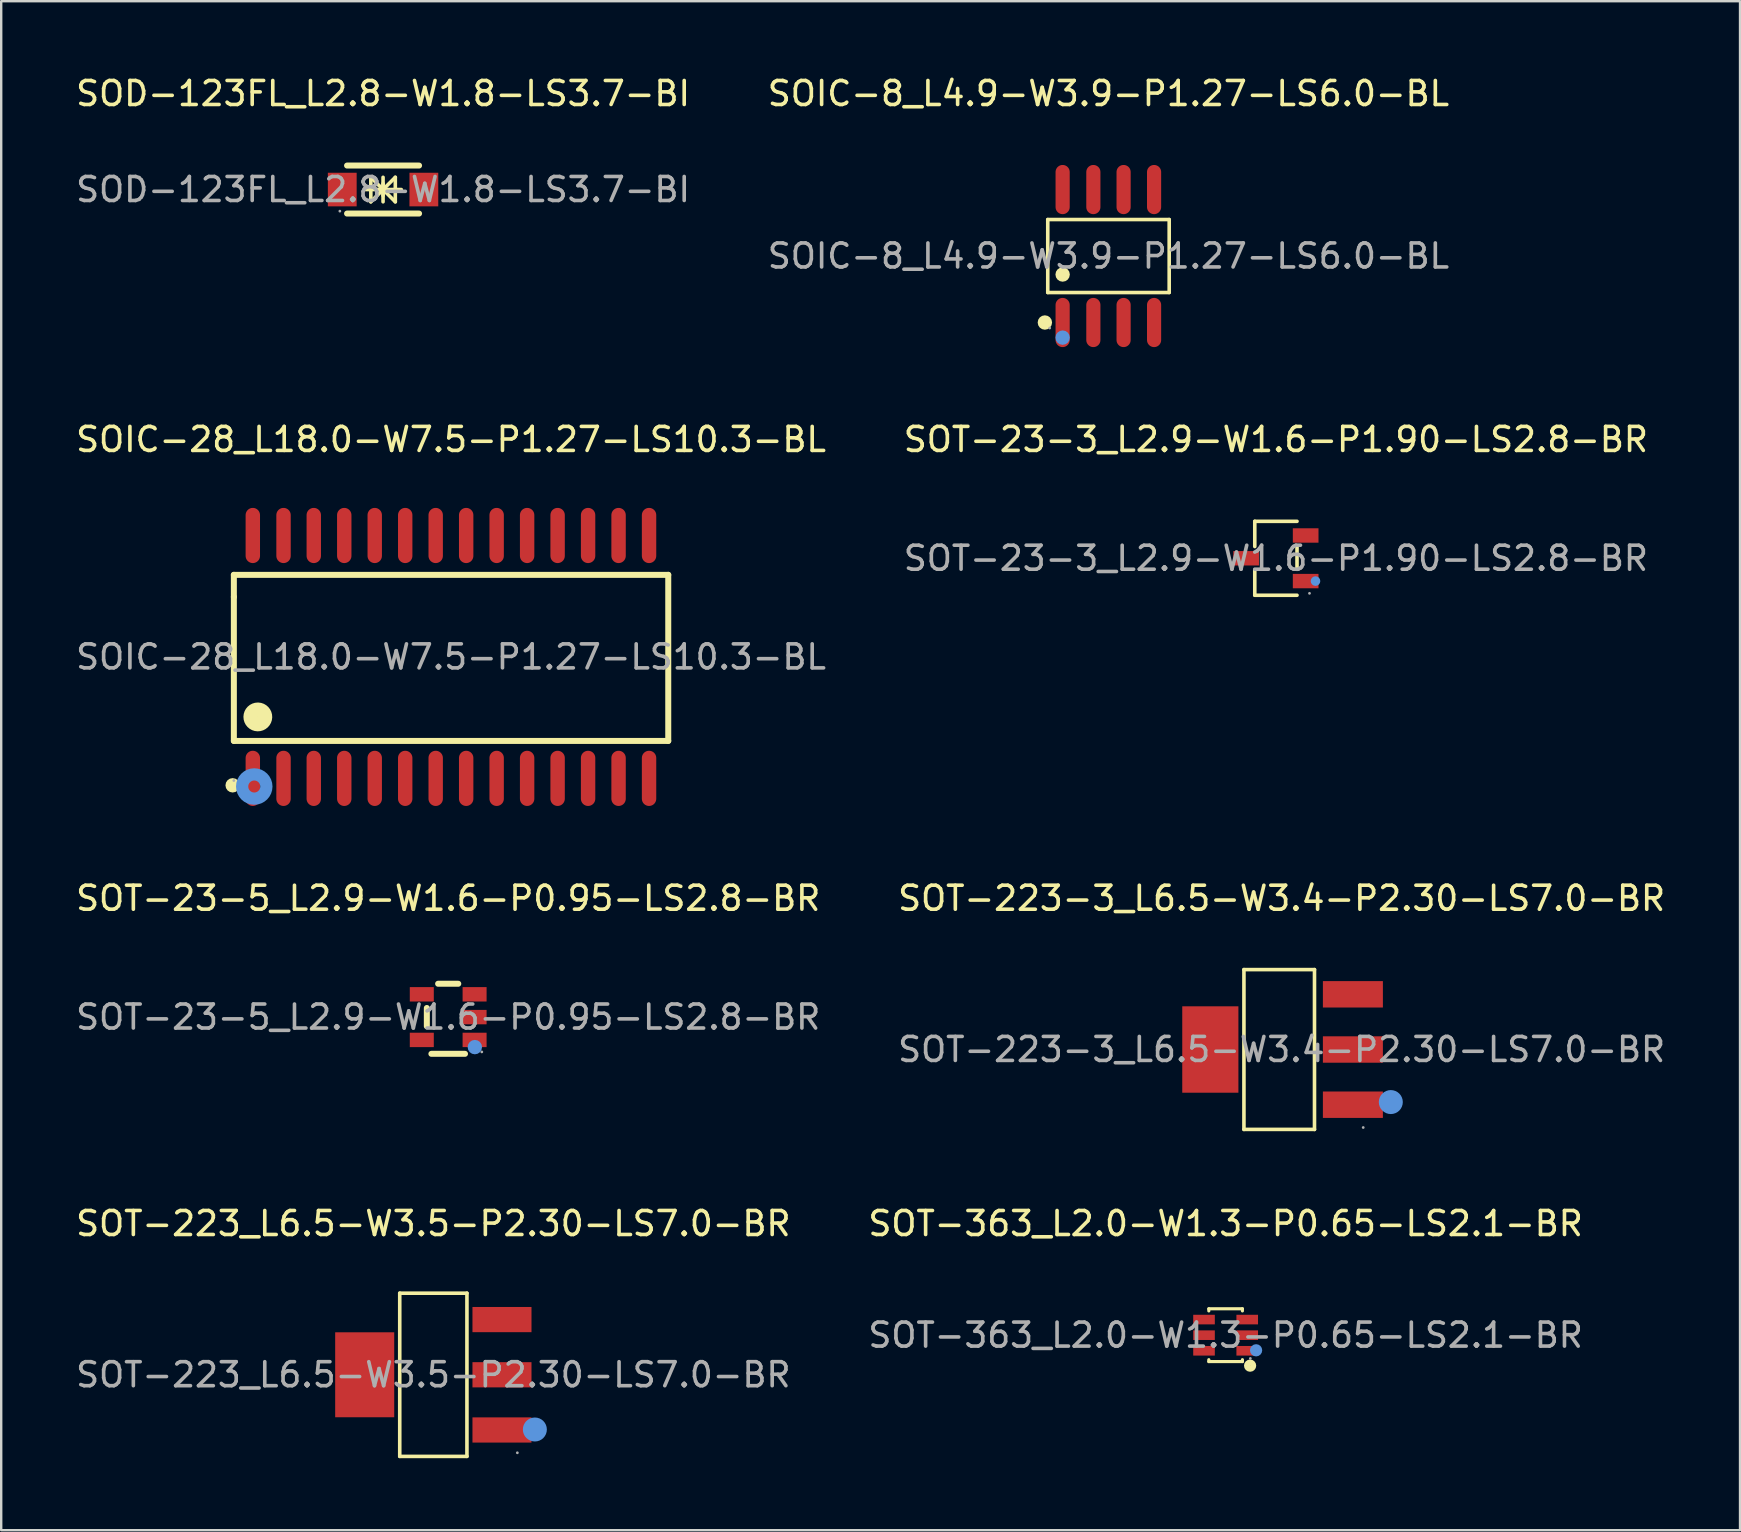
<source format=kicad_pcb>
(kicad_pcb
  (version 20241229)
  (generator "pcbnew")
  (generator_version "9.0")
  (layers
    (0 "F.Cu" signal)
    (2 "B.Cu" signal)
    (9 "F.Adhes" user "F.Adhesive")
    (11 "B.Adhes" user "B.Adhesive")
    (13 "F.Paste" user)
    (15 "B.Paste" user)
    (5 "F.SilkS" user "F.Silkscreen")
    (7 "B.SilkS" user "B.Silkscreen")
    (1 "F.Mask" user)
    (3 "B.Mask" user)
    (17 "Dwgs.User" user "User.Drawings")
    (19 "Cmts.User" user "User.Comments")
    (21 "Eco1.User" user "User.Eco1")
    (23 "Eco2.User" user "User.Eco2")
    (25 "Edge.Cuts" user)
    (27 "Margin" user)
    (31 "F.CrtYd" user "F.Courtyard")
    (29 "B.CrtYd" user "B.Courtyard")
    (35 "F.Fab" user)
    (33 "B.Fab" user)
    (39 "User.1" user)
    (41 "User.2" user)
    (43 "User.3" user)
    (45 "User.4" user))
  (footprint "SOT-363_L2.0-W1.3-P0.65-LS2.1-BR"
    (layer "F.Cu")
    (at 48.018 52.583)
    (property "Reference" "SOT-363_L2.0-W1.3-P0.65-LS2.1-BR" (at 0 -4.65 0) (layer "F.SilkS") (effects (font (size 1 1) (thickness 0.15))))
    (attr smd)
    (fp_line (start -0.7 -1.01) (end -0.7 -1.1) (stroke (width 0.13) (type solid)) (layer "F.SilkS"))
    (fp_line (start -0.7 1.1) (end -0.7 1.02) (stroke (width 0.13) (type solid)) (layer "F.SilkS"))
    (fp_line (start 0.7 -1.1) (end -0.7 -1.1) (stroke (width 0.13) (type solid)) (layer "F.SilkS"))
    (fp_line (start 0.7 -1.01) (end 0.7 -1.1) (stroke (width 0.13) (type solid)) (layer "F.SilkS"))
    (fp_line (start 0.7 1.1) (end -0.7 1.1) (stroke (width 0.13) (type solid)) (layer "F.SilkS"))
    (fp_line (start 0.7 1.1) (end 0.7 1.02) (stroke (width 0.13) (type solid)) (layer "F.SilkS"))
    (fp_circle (center 1.02 1.27) (end 1.15 1.27) (stroke (width 0.25) (type solid)) (fill no) (layer "F.SilkS"))
    (fp_circle (center 1.27 0.63) (end 1.4 0.63) (stroke (width 0.25) (type solid)) (fill no) (layer "Cmts.User"))
    (fp_circle (center 1.03 0.97) (end 1.06 0.97) (stroke (width 0.06) (type solid)) (fill no) (layer "F.Fab"))
    (fp_text user "${REFERENCE}" (at 0 0 0) (layer "F.Fab") (effects (font (size 1 1) (thickness 0.15))))
    (pad "1" smd rect (at 0.9 0.65 90) (size 0.4 0.9) (layers "F.Cu" "F.Mask" "F.Paste"))
    (pad "2" smd rect (at 0.9 0 90) (size 0.4 0.9) (layers "F.Cu" "F.Mask" "F.Paste"))
    (pad "3" smd rect (at 0.9 -0.65 90) (size 0.4 0.9) (layers "F.Cu" "F.Mask" "F.Paste"))
    (pad "4" smd rect (at -0.9 -0.65 90) (size 0.4 0.9) (layers "F.Cu" "F.Mask" "F.Paste"))
    (pad "5" smd rect (at -0.9 0 90) (size 0.4 0.9) (layers "F.Cu" "F.Mask" "F.Paste"))
    (pad "6" smd rect (at -0.9 0.65 90) (size 0.4 0.9) (layers "F.Cu" "F.Mask" "F.Paste")))
  (footprint "SOT-223-3_L6.5-W3.4-P2.30-LS7.0-BR"
    (layer "F.Cu")
    (at 50.351 40.68)
    (property "Reference" "SOT-223-3_L6.5-W3.4-P2.30-LS7.0-BR" (at 0 -6.3 0) (layer "F.SilkS") (effects (font (size 1 1) (thickness 0.15))))
    (attr smd)
    (fp_line (start -1.57 -3.33) (end 1.37 -3.33) (stroke (width 0.15) (type solid)) (layer "F.SilkS"))
    (fp_line (start -1.57 3.33) (end -1.57 -3.33) (stroke (width 0.15) (type solid)) (layer "F.SilkS"))
    (fp_line (start 1.37 -3.33) (end 1.37 3.33) (stroke (width 0.15) (type solid)) (layer "F.SilkS"))
    (fp_line (start 1.37 3.33) (end -1.57 3.33) (stroke (width 0.15) (type solid)) (layer "F.SilkS"))
    (fp_circle (center 4.55 2.19) (end 4.8 2.19) (stroke (width 0.5) (type solid)) (fill no) (layer "Cmts.User"))
    (fp_circle (center 3.4 3.25) (end 3.43 3.25) (stroke (width 0.06) (type solid)) (fill no) (layer "F.Fab"))
    (fp_text user "${REFERENCE}" (at 0 0 0) (layer "F.Fab") (effects (font (size 1 1) (thickness 0.15))))
    (pad "1" smd rect (at 2.97 2.3) (size 2.5 1.1) (layers "F.Cu" "F.Mask" "F.Paste"))
    (pad "2" smd rect (at 2.97 0) (size 2.5 1.1) (layers "F.Cu" "F.Mask" "F.Paste"))
    (pad "3" smd rect (at 2.97 -2.3) (size 2.5 1.1) (layers "F.Cu" "F.Mask" "F.Paste"))
    (pad "4" smd rect (at -2.97 0) (size 2.34 3.6) (layers "F.Cu" "F.Mask" "F.Paste")))
  (footprint "SOD-123FL_L2.8-W1.8-LS3.7-BI"
    (layer "F.Cu")
    (at 12.911 4.848)
    (property "Reference" "SOD-123FL_L2.8-W1.8-LS3.7-BI" (at 0 -4 0) (layer "F.SilkS") (effects (font (size 1 1) (thickness 0.15))))
    (attr smd)
    (fp_line (start -1.5 -1) (end 1.5 -1) (stroke (width 0.25) (type solid)) (layer "F.SilkS"))
    (fp_line (start -1.5 1) (end 1.5 1) (stroke (width 0.25) (type solid)) (layer "F.SilkS"))
    (fp_line (start -0.76 0) (end 0.76 0) (stroke (width 0.15) (type solid)) (layer "F.SilkS"))
    (fp_line (start -0.51 -0.51) (end -0.51 0.51) (stroke (width 0.15) (type solid)) (layer "F.SilkS"))
    (fp_line (start 0 -0.51) (end 0 0.51) (stroke (width 0.15) (type solid)) (layer "F.SilkS"))
    (fp_line (start 0 0) (end -0.51 -0.51) (stroke (width 0.15) (type solid)) (layer "F.SilkS"))
    (fp_line (start 0 0) (end -0.51 0.51) (stroke (width 0.15) (type solid)) (layer "F.SilkS"))
    (fp_line (start 0 0) (end 0.51 -0.51) (stroke (width 0.15) (type solid)) (layer "F.SilkS"))
    (fp_line (start 0 0) (end 0.51 0.51) (stroke (width 0.15) (type solid)) (layer "F.SilkS"))
    (fp_line (start 0 0.25) (end 0 -0.25) (stroke (width 0.15) (type solid)) (layer "F.SilkS"))
    (fp_line (start 0.51 0.51) (end 0.51 -0.51) (stroke (width 0.15) (type solid)) (layer "F.SilkS"))
    (fp_circle (center -1.8 0.9) (end -1.77 0.9) (stroke (width 0.06) (type solid)) (fill no) (layer "F.Fab"))
    (fp_text user "${REFERENCE}" (at 0 0 0) (layer "F.Fab") (effects (font (size 1 1) (thickness 0.15))))
    (pad "1" smd rect (at -1.7 0) (size 1.2 1.4) (layers "F.Cu" "F.Mask" "F.Paste"))
    (pad "2" smd rect (at 1.7 0) (size 1.2 1.4) (layers "F.Cu" "F.Mask" "F.Paste")))
  (footprint "SOIC-8_L4.9-W3.9-P1.27-LS6.0-BL"
    (layer "F.Cu")
    (at 43.137 7.618)
    (property "Reference" "SOIC-8_L4.9-W3.9-P1.27-LS6.0-BL" (at 0 -6.77 0) (layer "F.SilkS") (effects (font (size 1 1) (thickness 0.15))))
    (attr smd)
    (fp_line (start -2.53 -1.52) (end 2.53 -1.52) (stroke (width 0.15) (type solid)) (layer "F.SilkS"))
    (fp_line (start -2.53 1.52) (end -2.53 -1.52) (stroke (width 0.15) (type solid)) (layer "F.SilkS"))
    (fp_line (start 2.53 -1.52) (end 2.53 1.52) (stroke (width 0.15) (type solid)) (layer "F.SilkS"))
    (fp_line (start 2.53 1.52) (end -2.53 1.52) (stroke (width 0.15) (type solid)) (layer "F.SilkS"))
    (fp_circle (center -2.65 2.77) (end -2.5 2.77) (stroke (width 0.3) (type solid)) (fill no) (layer "F.SilkS"))
    (fp_circle (center -1.91 0.77) (end -1.76 0.77) (stroke (width 0.3) (type solid)) (fill no) (layer "F.SilkS"))
    (fp_circle (center -1.91 3.4) (end -1.76 3.4) (stroke (width 0.3) (type solid)) (fill no) (layer "Cmts.User"))
    (fp_circle (center -2.45 3) (end -2.42 3) (stroke (width 0.06) (type solid)) (fill no) (layer "F.Fab"))
    (fp_text user "${REFERENCE}" (at 0 0 0) (layer "F.Fab") (effects (font (size 1 1) (thickness 0.15))))
    (pad "1" smd oval (at -1.91 2.77) (size 0.59 2.05) (layers "F.Cu" "F.Mask" "F.Paste"))
    (pad "2" smd oval (at -0.63 2.77) (size 0.59 2.05) (layers "F.Cu" "F.Mask" "F.Paste"))
    (pad "3" smd oval (at 0.63 2.77) (size 0.59 2.05) (layers "F.Cu" "F.Mask" "F.Paste"))
    (pad "4" smd oval (at 1.9 2.77) (size 0.59 2.05) (layers "F.Cu" "F.Mask" "F.Paste"))
    (pad "5" smd oval (at 1.9 -2.77) (size 0.59 2.05) (layers "F.Cu" "F.Mask" "F.Paste"))
    (pad "6" smd oval (at 0.63 -2.77) (size 0.59 2.05) (layers "F.Cu" "F.Mask" "F.Paste"))
    (pad "7" smd oval (at -0.63 -2.77) (size 0.59 2.05) (layers "F.Cu" "F.Mask" "F.Paste"))
    (pad "8" smd oval (at -1.91 -2.77) (size 0.59 2.05) (layers "F.Cu" "F.Mask" "F.Paste")))
  (footprint "SOIC-28_L18.0-W7.5-P1.27-LS10.3-BL"
    (layer "F.Cu")
    (at 15.744 24.322)
    (property "Reference" "SOIC-28_L18.0-W7.5-P1.27-LS10.3-BL" (at 0 -9.06 0) (layer "F.SilkS") (effects (font (size 1 1) (thickness 0.15))))
    (attr smd)
    (fp_line (start -9.05 -3.42) (end 9.05 -3.42) (stroke (width 0.25) (type solid)) (layer "F.SilkS"))
    (fp_line (start -9.05 -2.5) (end -9.05 -3.42) (stroke (width 0.25) (type solid)) (layer "F.SilkS"))
    (fp_line (start -9.05 3.5) (end -9.05 -2.5) (stroke (width 0.25) (type solid)) (layer "F.SilkS"))
    (fp_line (start 9.05 -3.42) (end 9.05 3.5) (stroke (width 0.25) (type solid)) (layer "F.SilkS"))
    (fp_line (start 9.05 3.5) (end -9.05 3.5) (stroke (width 0.25) (type solid)) (layer "F.SilkS"))
    (fp_arc (start -9.1 5.35) (mid -9.1 5.35) (end -9.1 5.35) (stroke (width 0.3) (type solid)) (layer "F.SilkS"))
    (fp_arc (start -8.04 2.2) (mid -8.054999 2.800125) (end -8.050004 2.199833) (stroke (width 0.6) (type solid)) (layer "F.SilkS"))
    (fp_circle (center -8.2 5.4) (end -7.95 5.4) (stroke (width 0.51) (type solid)) (fill no) (layer "Cmts.User"))
    (fp_circle (center -9.05 5.15) (end -9.02 5.15) (stroke (width 0.06) (type solid)) (fill no) (layer "F.Fab"))
    (fp_text user "${REFERENCE}" (at 0 0 0) (layer "F.Fab") (effects (font (size 1 1) (thickness 0.15))))
    (pad "1" smd oval (at -8.26 5.06 180) (size 0.6 2.3) (layers "F.Cu" "F.Mask" "F.Paste"))
    (pad "2" smd oval (at -6.98 5.06 180) (size 0.6 2.3) (layers "F.Cu" "F.Mask" "F.Paste"))
    (pad "3" smd oval (at -5.72 5.06 180) (size 0.6 2.3) (layers "F.Cu" "F.Mask" "F.Paste"))
    (pad "4" smd oval (at -4.45 5.06 180) (size 0.6 2.3) (layers "F.Cu" "F.Mask" "F.Paste"))
    (pad "5" smd oval (at -3.18 5.06 180) (size 0.6 2.3) (layers "F.Cu" "F.Mask" "F.Paste"))
    (pad "6" smd oval (at -1.91 5.06 180) (size 0.6 2.3) (layers "F.Cu" "F.Mask" "F.Paste"))
    (pad "7" smd oval (at -0.64 5.06 180) (size 0.6 2.3) (layers "F.Cu" "F.Mask" "F.Paste"))
    (pad "8" smd oval (at 0.63 5.06 180) (size 0.6 2.3) (layers "F.Cu" "F.Mask" "F.Paste"))
    (pad "9" smd oval (at 1.9 5.06 180) (size 0.6 2.3) (layers "F.Cu" "F.Mask" "F.Paste"))
    (pad "10" smd oval (at 3.17 5.06 180) (size 0.6 2.3) (layers "F.Cu" "F.Mask" "F.Paste"))
    (pad "11" smd oval (at 4.44 5.06 180) (size 0.6 2.3) (layers "F.Cu" "F.Mask" "F.Paste"))
    (pad "12" smd oval (at 5.71 5.06 180) (size 0.6 2.3) (layers "F.Cu" "F.Mask" "F.Paste"))
    (pad "13" smd oval (at 6.98 5.06 180) (size 0.6 2.3) (layers "F.Cu" "F.Mask" "F.Paste"))
    (pad "14" smd oval (at 8.25 5.06 180) (size 0.6 2.3) (layers "F.Cu" "F.Mask" "F.Paste"))
    (pad "15" smd oval (at 8.25 -5.06 180) (size 0.6 2.3) (layers "F.Cu" "F.Mask" "F.Paste"))
    (pad "16" smd oval (at 6.98 -5.06 180) (size 0.6 2.3) (layers "F.Cu" "F.Mask" "F.Paste"))
    (pad "17" smd oval (at 5.71 -5.06 180) (size 0.6 2.3) (layers "F.Cu" "F.Mask" "F.Paste"))
    (pad "18" smd oval (at 4.44 -5.06 180) (size 0.6 2.3) (layers "F.Cu" "F.Mask" "F.Paste"))
    (pad "19" smd oval (at 3.17 -5.06 180) (size 0.6 2.3) (layers "F.Cu" "F.Mask" "F.Paste"))
    (pad "20" smd oval (at 1.9 -5.06 180) (size 0.6 2.3) (layers "F.Cu" "F.Mask" "F.Paste"))
    (pad "21" smd oval (at 0.63 -5.06 180) (size 0.6 2.3) (layers "F.Cu" "F.Mask" "F.Paste"))
    (pad "22" smd oval (at -0.64 -5.06 180) (size 0.6 2.3) (layers "F.Cu" "F.Mask" "F.Paste"))
    (pad "23" smd oval (at -1.91 -5.06 180) (size 0.6 2.3) (layers "F.Cu" "F.Mask" "F.Paste"))
    (pad "24" smd oval (at -3.18 -5.06 180) (size 0.6 2.3) (layers "F.Cu" "F.Mask" "F.Paste"))
    (pad "25" smd oval (at -4.45 -5.06 180) (size 0.6 2.3) (layers "F.Cu" "F.Mask" "F.Paste"))
    (pad "26" smd oval (at -5.72 -5.06 180) (size 0.6 2.3) (layers "F.Cu" "F.Mask" "F.Paste"))
    (pad "27" smd oval (at -6.98 -5.06 180) (size 0.6 2.3) (layers "F.Cu" "F.Mask" "F.Paste"))
    (pad "28" smd oval (at -8.26 -5.06 180) (size 0.6 2.3) (layers "F.Cu" "F.Mask" "F.Paste")))
  (footprint "SOT-23-5_L2.9-W1.6-P0.95-LS2.8-BR"
    (layer "F.Cu")
    (at 15.625 39.33)
    (property "Reference" "SOT-23-5_L2.9-W1.6-P0.95-LS2.8-BR" (at 0 -4.95 0) (layer "F.SilkS") (effects (font (size 1 1) (thickness 0.15))))
    (attr smd)
    (fp_line (start -0.89 0.38) (end -0.89 -0.38) (stroke (width 0.25) (type solid)) (layer "F.SilkS"))
    (fp_line (start -0.7 1.53) (end 0.7 1.53) (stroke (width 0.25) (type solid)) (layer "F.SilkS"))
    (fp_line (start -0.42 -1.39) (end 0.42 -1.39) (stroke (width 0.25) (type solid)) (layer "F.SilkS"))
    (fp_circle (center 1.11 1.25) (end 1.26 1.25) (stroke (width 0.3) (type solid)) (fill no) (layer "Cmts.User"))
    (fp_circle (center 1.4 1.45) (end 1.43 1.45) (stroke (width 0.06) (type solid)) (fill no) (layer "F.Fab"))
    (fp_text user "${REFERENCE}" (at 0 0 0) (layer "F.Fab") (effects (font (size 1 1) (thickness 0.15))))
    (pad "1" smd rect (at 1.1 0.95 90) (size 0.6 1) (layers "F.Cu" "F.Mask" "F.Paste"))
    (pad "2" smd rect (at 1.1 0 90) (size 0.6 1) (layers "F.Cu" "F.Mask" "F.Paste"))
    (pad "3" smd rect (at 1.1 -0.95 90) (size 0.6 1) (layers "F.Cu" "F.Mask" "F.Paste"))
    (pad "4" smd rect (at -1.1 -0.95 90) (size 0.6 1) (layers "F.Cu" "F.Mask" "F.Paste"))
    (pad "5" smd rect (at -1.1 0.95 90) (size 0.6 1) (layers "F.Cu" "F.Mask" "F.Paste")))
  (footprint "SOT-23-3_L2.9-W1.6-P1.90-LS2.8-BR"
    (layer "F.Cu")
    (at 50.113 20.212)
    (property "Reference" "SOT-23-3_L2.9-W1.6-P1.90-LS2.8-BR" (at 0 -4.95 0) (layer "F.SilkS") (effects (font (size 1 1) (thickness 0.15))))
    (attr smd)
    (fp_line (start -0.88 -1.54) (end -0.88 -0.49) (stroke (width 0.15) (type solid)) (layer "F.SilkS"))
    (fp_line (start -0.88 1.54) (end -0.88 0.49) (stroke (width 0.15) (type solid)) (layer "F.SilkS"))
    (fp_line (start 0.88 -1.54) (end -0.88 -1.54) (stroke (width 0.15) (type solid)) (layer "F.SilkS"))
    (fp_line (start 0.88 -0.46) (end 0.88 0.46) (stroke (width 0.15) (type solid)) (layer "F.SilkS"))
    (fp_line (start 0.88 1.54) (end -0.88 1.54) (stroke (width 0.15) (type solid)) (layer "F.SilkS"))
    (fp_circle (center 1.65 0.95) (end 1.75 0.95) (stroke (width 0.2) (type solid)) (fill no) (layer "Cmts.User"))
    (fp_circle (center 1.4 1.46) (end 1.43 1.46) (stroke (width 0.06) (type solid)) (fill no) (layer "F.Fab"))
    (fp_text user "${REFERENCE}" (at 0 0 0) (layer "F.Fab") (effects (font (size 1 1) (thickness 0.15))))
    (pad "1" smd rect (at 1.24 0.95) (size 1.07 0.6) (layers "F.Cu" "F.Mask" "F.Paste"))
    (pad "2" smd rect (at 1.24 -0.95) (size 1.07 0.6) (layers "F.Cu" "F.Mask" "F.Paste"))
    (pad "3" smd rect (at -1.24 0) (size 1.07 0.6) (layers "F.Cu" "F.Mask" "F.Paste")))
  (footprint "SOT-223_L6.5-W3.5-P2.30-LS7.0-BR"
    (layer "F.Cu")
    (at 15.006 54.233)
    (property "Reference" "SOT-223_L6.5-W3.5-P2.30-LS7.0-BR" (at 0 -6.3 0) (layer "F.SilkS") (effects (font (size 1 1) (thickness 0.15))))
    (attr smd)
    (fp_line (start -1.4 -3.4) (end 1.4 -3.4) (stroke (width 0.15) (type solid)) (layer "F.SilkS"))
    (fp_line (start -1.4 3.4) (end -1.4 -3.4) (stroke (width 0.15) (type solid)) (layer "F.SilkS"))
    (fp_line (start 1.4 -3.4) (end 1.4 3.4) (stroke (width 0.15) (type solid)) (layer "F.SilkS"))
    (fp_line (start 1.4 3.4) (end -1.4 3.4) (stroke (width 0.15) (type solid)) (layer "F.SilkS"))
    (fp_circle (center 4.23 2.28) (end 4.48 2.28) (stroke (width 0.5) (type solid)) (fill no) (layer "Cmts.User"))
    (fp_circle (center 3.5 3.25) (end 3.53 3.25) (stroke (width 0.06) (type solid)) (fill no) (layer "F.Fab"))
    (fp_text user "${REFERENCE}" (at 0 0 0) (layer "F.Fab") (effects (font (size 1 1) (thickness 0.15))))
    (pad "1" smd rect (at 2.86 2.3) (size 2.46 1.05) (layers "F.Cu" "F.Mask" "F.Paste"))
    (pad "2" smd rect (at 2.86 0) (size 2.46 1.05) (layers "F.Cu" "F.Mask" "F.Paste"))
    (pad "3" smd rect (at 2.86 -2.3) (size 2.46 1.05) (layers "F.Cu" "F.Mask" "F.Paste"))
    (pad "4" smd rect (at -2.86 0) (size 2.46 3.54) (layers "F.Cu" "F.Mask" "F.Paste")))
  (gr_rect
    (start -3 -3)
    (end 69.452 60.708)
    (stroke (width 0.1) (type default))
    (fill no)
    (layer "Edge.Cuts")))
</source>
